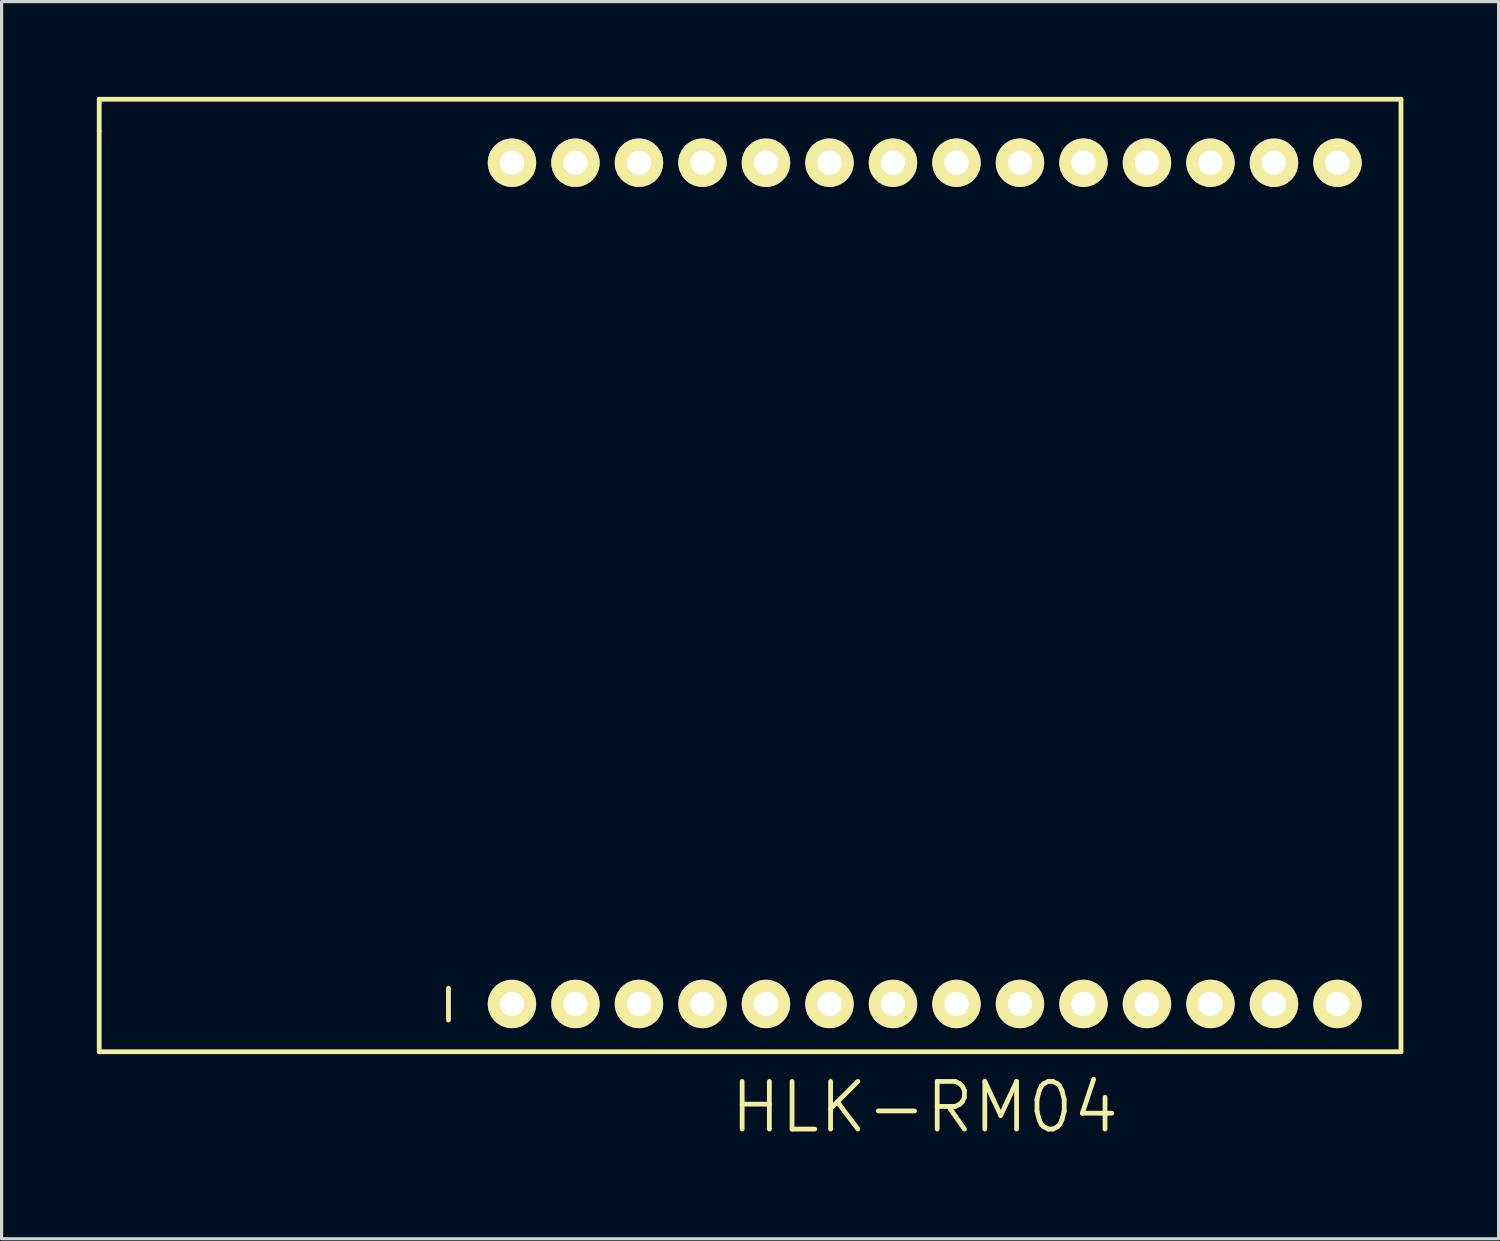
<source format=kicad_pcb>
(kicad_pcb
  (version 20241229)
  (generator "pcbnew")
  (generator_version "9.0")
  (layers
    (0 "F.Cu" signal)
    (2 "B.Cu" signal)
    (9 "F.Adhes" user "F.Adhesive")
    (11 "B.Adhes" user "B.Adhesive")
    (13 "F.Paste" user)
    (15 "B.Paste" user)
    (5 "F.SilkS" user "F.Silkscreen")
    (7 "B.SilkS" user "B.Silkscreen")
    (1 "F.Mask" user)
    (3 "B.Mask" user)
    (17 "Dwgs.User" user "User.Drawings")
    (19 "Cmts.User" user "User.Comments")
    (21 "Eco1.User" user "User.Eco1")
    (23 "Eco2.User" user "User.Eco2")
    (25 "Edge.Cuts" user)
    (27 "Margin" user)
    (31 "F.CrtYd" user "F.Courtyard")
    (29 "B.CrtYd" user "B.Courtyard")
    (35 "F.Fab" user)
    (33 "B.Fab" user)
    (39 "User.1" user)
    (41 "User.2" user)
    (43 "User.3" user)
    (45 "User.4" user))
  (footprint "HLK-RM04"
    (layer "F.Cu")
    (at 12.075 2.075)
    (property "Reference" "HLK-RM04" (at 14 29.75 180) (layer "F.SilkS") (effects (font (size 1.5 1.5) (thickness 0.15))))
    (attr through_hole)
    (fp_line (start -12 -2) (end -12 -1) (stroke (width 0.15) (type solid)) (layer "F.SilkS"))
    (fp_line (start -12 -1) (end -12 28) (stroke (width 0.15) (type solid)) (layer "F.SilkS"))
    (fp_line (start -12 28) (end 29 28) (stroke (width 0.15) (type solid)) (layer "F.SilkS"))
    (fp_line (start -1 27) (end -1 26) (stroke (width 0.15) (type solid)) (layer "F.SilkS"))
    (fp_line (start 29 -2) (end -12 -2) (stroke (width 0.15) (type solid)) (layer "F.SilkS"))
    (fp_line (start 29 28) (end 29 -2) (stroke (width 0.15) (type solid)) (layer "F.SilkS"))
    (pad "1" thru_hole circle (at 1 26.496) (size 1.524 1.524) (drill 0.762) (layers "*.Cu" "*.Mask" "F.SilkS"))
    (pad "2" thru_hole circle (at 3 26.496) (size 1.524 1.524) (drill 0.762) (layers "*.Cu" "*.Mask" "F.SilkS"))
    (pad "3" thru_hole circle (at 5 26.496) (size 1.524 1.524) (drill 0.762) (layers "*.Cu" "*.Mask" "F.SilkS"))
    (pad "4" thru_hole circle (at 7 26.496) (size 1.524 1.524) (drill 0.762) (layers "*.Cu" "*.Mask" "F.SilkS"))
    (pad "5" thru_hole circle (at 9 26.496) (size 1.524 1.524) (drill 0.762) (layers "*.Cu" "*.Mask" "F.SilkS"))
    (pad "6" thru_hole circle (at 11 26.496) (size 1.524 1.524) (drill 0.762) (layers "*.Cu" "*.Mask" "F.SilkS"))
    (pad "7" thru_hole circle (at 13 26.496) (size 1.524 1.524) (drill 0.762) (layers "*.Cu" "*.Mask" "F.SilkS"))
    (pad "8" thru_hole circle (at 15 26.496) (size 1.524 1.524) (drill 0.762) (layers "*.Cu" "*.Mask" "F.SilkS"))
    (pad "9" thru_hole circle (at 17 26.496) (size 1.524 1.524) (drill 0.762) (layers "*.Cu" "*.Mask" "F.SilkS"))
    (pad "10" thru_hole circle (at 19 26.496) (size 1.524 1.524) (drill 0.762) (layers "*.Cu" "*.Mask" "F.SilkS"))
    (pad "11" thru_hole circle (at 21 26.496) (size 1.524 1.524) (drill 0.762) (layers "*.Cu" "*.Mask" "F.SilkS"))
    (pad "12" thru_hole circle (at 23 26.496) (size 1.524 1.524) (drill 0.762) (layers "*.Cu" "*.Mask" "F.SilkS"))
    (pad "13" thru_hole circle (at 25 26.496) (size 1.524 1.524) (drill 0.762) (layers "*.Cu" "*.Mask" "F.SilkS"))
    (pad "14" thru_hole circle (at 27 26.496) (size 1.524 1.524) (drill 0.762) (layers "*.Cu" "*.Mask" "F.SilkS"))
    (pad "15" thru_hole circle (at 27 0) (size 1.524 1.524) (drill 0.762) (layers "*.Cu" "*.Mask" "F.SilkS"))
    (pad "16" thru_hole circle (at 25 0) (size 1.524 1.524) (drill 0.762) (layers "*.Cu" "*.Mask" "F.SilkS"))
    (pad "17" thru_hole circle (at 23 0) (size 1.524 1.524) (drill 0.762) (layers "*.Cu" "*.Mask" "F.SilkS"))
    (pad "18" thru_hole circle (at 21 0) (size 1.524 1.524) (drill 0.762) (layers "*.Cu" "*.Mask" "F.SilkS"))
    (pad "19" thru_hole circle (at 19 0) (size 1.524 1.524) (drill 0.762) (layers "*.Cu" "*.Mask" "F.SilkS"))
    (pad "20" thru_hole circle (at 17 0) (size 1.524 1.524) (drill 0.762) (layers "*.Cu" "*.Mask" "F.SilkS"))
    (pad "21" thru_hole circle (at 15 0) (size 1.524 1.524) (drill 0.762) (layers "*.Cu" "*.Mask" "F.SilkS"))
    (pad "22" thru_hole circle (at 13 0) (size 1.524 1.524) (drill 0.762) (layers "*.Cu" "*.Mask" "F.SilkS"))
    (pad "23" thru_hole circle (at 11 0) (size 1.524 1.524) (drill 0.762) (layers "*.Cu" "*.Mask" "F.SilkS"))
    (pad "24" thru_hole circle (at 9 0) (size 1.524 1.524) (drill 0.762) (layers "*.Cu" "*.Mask" "F.SilkS"))
    (pad "25" thru_hole circle (at 7 0) (size 1.524 1.524) (drill 0.762) (layers "*.Cu" "*.Mask" "F.SilkS"))
    (pad "26" thru_hole circle (at 5 0) (size 1.524 1.524) (drill 0.762) (layers "*.Cu" "*.Mask" "F.SilkS"))
    (pad "27" thru_hole circle (at 3 0) (size 1.524 1.524) (drill 0.762) (layers "*.Cu" "*.Mask" "F.SilkS"))
    (pad "28" thru_hole circle (at 1 0) (size 1.524 1.524) (drill 0.762) (layers "*.Cu" "*.Mask" "F.SilkS")))
  (gr_rect
    (start -3 -3)
    (end 44.15 35.966)
    (stroke (width 0.1) (type default))
    (fill no)
    (layer "Edge.Cuts")))
</source>
